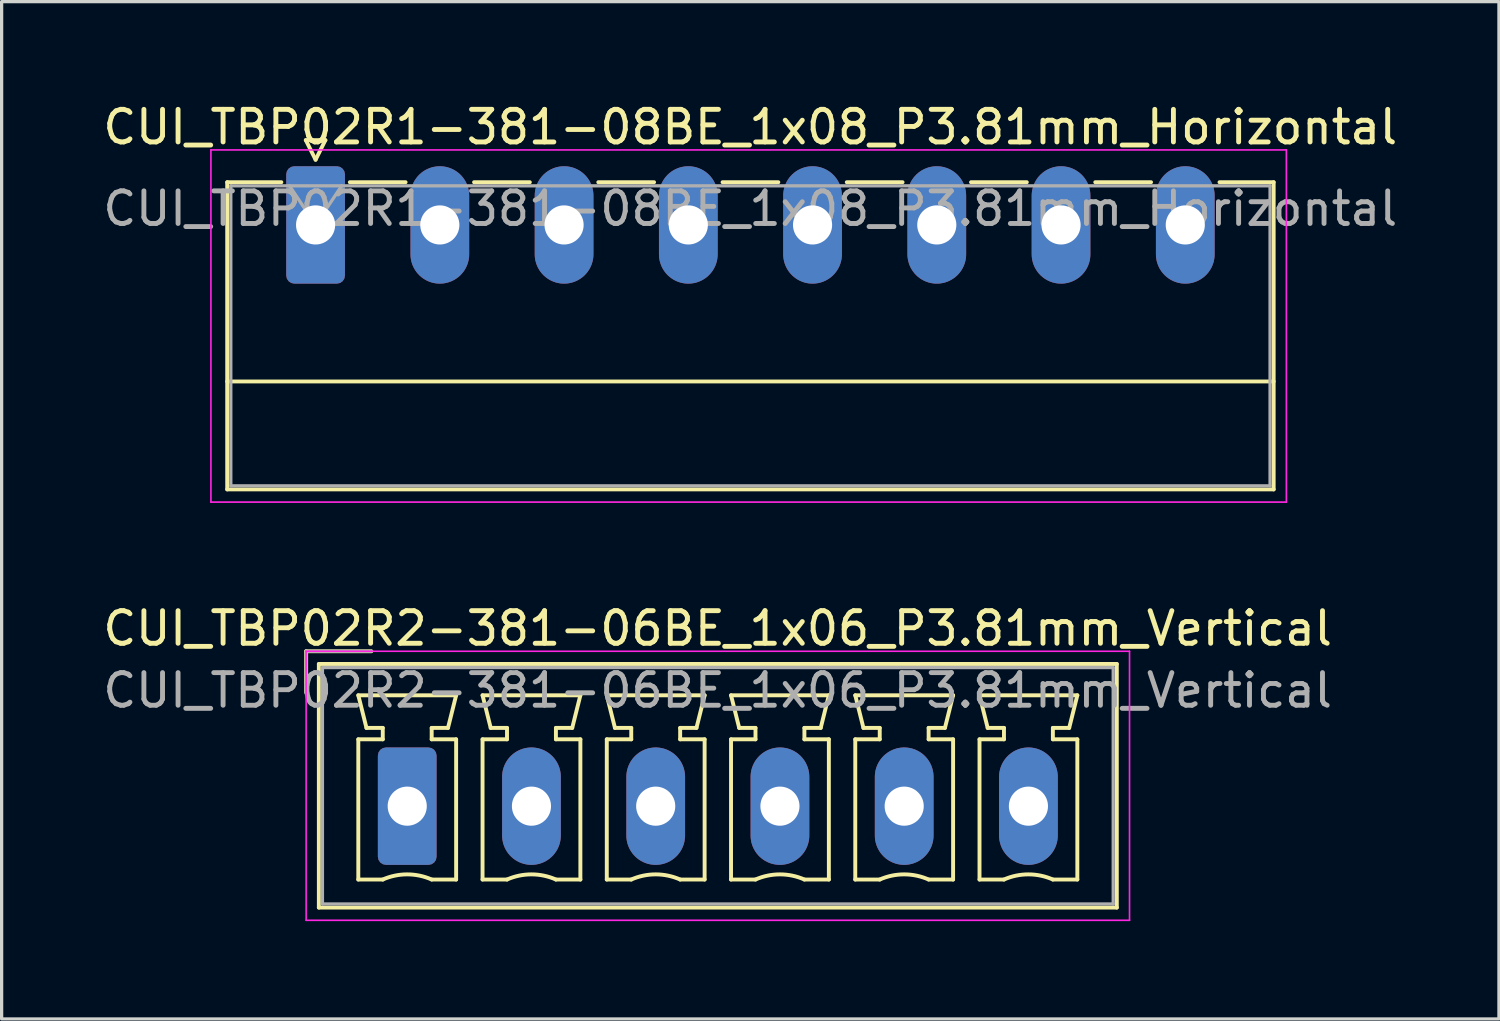
<source format=kicad_pcb>
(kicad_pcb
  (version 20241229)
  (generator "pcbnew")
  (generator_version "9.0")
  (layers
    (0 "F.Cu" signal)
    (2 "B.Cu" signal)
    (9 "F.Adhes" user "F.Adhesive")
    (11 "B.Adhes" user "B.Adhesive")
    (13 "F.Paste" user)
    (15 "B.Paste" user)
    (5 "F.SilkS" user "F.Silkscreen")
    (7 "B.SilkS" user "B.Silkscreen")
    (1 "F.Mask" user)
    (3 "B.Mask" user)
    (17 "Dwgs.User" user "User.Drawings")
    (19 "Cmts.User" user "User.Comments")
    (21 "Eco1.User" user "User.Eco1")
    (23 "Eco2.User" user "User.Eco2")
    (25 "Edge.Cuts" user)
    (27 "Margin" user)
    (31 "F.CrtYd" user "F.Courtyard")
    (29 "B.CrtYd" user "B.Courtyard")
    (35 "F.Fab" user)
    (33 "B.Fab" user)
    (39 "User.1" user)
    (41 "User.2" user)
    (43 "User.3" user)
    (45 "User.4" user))
  (footprint "CUI_TBP02R1-381-08BE_1x08_P3.81mm_Horizontal"
    (layer "F.Cu")
    (at 6.628 3.848)
    (property "Reference" "CUI_TBP02R1-381-08BE_1x08_P3.81mm_Horizontal" (at 13.33 -3 0) (layer "F.SilkS") (effects (font (size 1 1) (thickness 0.15))))
    (attr through_hole)
    (fp_line (start -2.71 -1.31) (end -2.71 8.11) (stroke (width 0.12) (type solid)) (layer "F.SilkS"))
    (fp_line (start -2.71 -1.31) (end -1.05 -1.31) (stroke (width 0.12) (type solid)) (layer "F.SilkS"))
    (fp_line (start -2.71 4.8) (end 29.38 4.8) (stroke (width 0.12) (type solid)) (layer "F.SilkS"))
    (fp_line (start -2.71 8.11) (end 29.38 8.11) (stroke (width 0.12) (type solid)) (layer "F.SilkS"))
    (fp_line (start -0.3 -2.6) (end 0.3 -2.6) (stroke (width 0.12) (type solid)) (layer "F.SilkS"))
    (fp_line (start 0 -2) (end -0.3 -2.6) (stroke (width 0.12) (type solid)) (layer "F.SilkS"))
    (fp_line (start 0.3 -2.6) (end 0 -2) (stroke (width 0.12) (type solid)) (layer "F.SilkS"))
    (fp_line (start 1.05 -1.31) (end 2.76 -1.31) (stroke (width 0.12) (type solid)) (layer "F.SilkS"))
    (fp_line (start 4.86 -1.31) (end 6.57 -1.31) (stroke (width 0.12) (type solid)) (layer "F.SilkS"))
    (fp_line (start 8.67 -1.31) (end 10.38 -1.31) (stroke (width 0.12) (type solid)) (layer "F.SilkS"))
    (fp_line (start 12.48 -1.31) (end 14.19 -1.31) (stroke (width 0.12) (type solid)) (layer "F.SilkS"))
    (fp_line (start 16.29 -1.31) (end 18 -1.31) (stroke (width 0.12) (type solid)) (layer "F.SilkS"))
    (fp_line (start 20.1 -1.31) (end 21.81 -1.31) (stroke (width 0.12) (type solid)) (layer "F.SilkS"))
    (fp_line (start 23.91 -1.31) (end 25.62 -1.31) (stroke (width 0.12) (type solid)) (layer "F.SilkS"))
    (fp_line (start 29.38 -1.31) (end 27.72 -1.31) (stroke (width 0.12) (type solid)) (layer "F.SilkS"))
    (fp_line (start 29.38 8.11) (end 29.38 -1.31) (stroke (width 0.12) (type solid)) (layer "F.SilkS"))
    (fp_line (start -3.21 -2.3) (end -3.21 8.5) (stroke (width 0.05) (type solid)) (layer "F.CrtYd"))
    (fp_line (start -3.21 8.5) (end 29.77 8.5) (stroke (width 0.05) (type solid)) (layer "F.CrtYd"))
    (fp_line (start 29.77 -2.3) (end -3.21 -2.3) (stroke (width 0.05) (type solid)) (layer "F.CrtYd"))
    (fp_line (start 29.77 8.5) (end 29.77 -2.3) (stroke (width 0.05) (type solid)) (layer "F.CrtYd"))
    (fp_line (start -2.6 -1.2) (end -2.6 8) (stroke (width 0.1) (type solid)) (layer "F.Fab"))
    (fp_line (start -2.6 8) (end 29.27 8) (stroke (width 0.1) (type solid)) (layer "F.Fab"))
    (fp_line (start 0 0) (end -0.8 -1.2) (stroke (width 0.1) (type solid)) (layer "F.Fab"))
    (fp_line (start 0.8 -1.2) (end 0 0) (stroke (width 0.1) (type solid)) (layer "F.Fab"))
    (fp_line (start 29.27 -1.2) (end -2.6 -1.2) (stroke (width 0.1) (type solid)) (layer "F.Fab"))
    (fp_line (start 29.27 8) (end 29.27 -1.2) (stroke (width 0.1) (type solid)) (layer "F.Fab"))
    (fp_text user "${REFERENCE}" (at 13.33 -0.5 0) (layer "F.Fab") (effects (font (size 1 1) (thickness 0.15))))
    (pad "1" thru_hole roundrect (at 0 0) (size 1.8 3.6) (drill 1.2) (layers "*.Cu" "*.Mask") (roundrect_rratio 0.139))
    (pad "2" thru_hole oval (at 3.81 0) (size 1.8 3.6) (drill 1.2) (layers "*.Cu" "*.Mask"))
    (pad "3" thru_hole oval (at 7.62 0) (size 1.8 3.6) (drill 1.2) (layers "*.Cu" "*.Mask"))
    (pad "4" thru_hole oval (at 11.43 0) (size 1.8 3.6) (drill 1.2) (layers "*.Cu" "*.Mask"))
    (pad "5" thru_hole oval (at 15.24 0) (size 1.8 3.6) (drill 1.2) (layers "*.Cu" "*.Mask"))
    (pad "6" thru_hole oval (at 19.05 0) (size 1.8 3.6) (drill 1.2) (layers "*.Cu" "*.Mask"))
    (pad "7" thru_hole oval (at 22.86 0) (size 1.8 3.6) (drill 1.2) (layers "*.Cu" "*.Mask"))
    (pad "8" thru_hole oval (at 26.67 0) (size 1.8 3.6) (drill 1.2) (layers "*.Cu" "*.Mask")))
  (footprint "CUI_TBP02R2-381-06BE_1x06_P3.81mm_Vertical"
    (layer "F.Cu")
    (at 9.438 21.672)
    (property "Reference" "CUI_TBP02R2-381-06BE_1x06_P3.81mm_Vertical" (at 9.52 -5.45 0) (layer "F.SilkS") (effects (font (size 1 1) (thickness 0.15))))
    (attr through_hole)
    (fp_line (start -3.1 -4.75) (end -1.1 -4.75) (stroke (width 0.12) (type solid)) (layer "F.SilkS"))
    (fp_line (start -3.1 -3.5) (end -3.1 -4.75) (stroke (width 0.12) (type solid)) (layer "F.SilkS"))
    (fp_line (start -2.71 -4.36) (end -2.71 3.11) (stroke (width 0.12) (type solid)) (layer "F.SilkS"))
    (fp_line (start -2.71 3.11) (end 21.76 3.11) (stroke (width 0.12) (type solid)) (layer "F.SilkS"))
    (fp_line (start -1.5 -3.4) (end 1.5 -3.4) (stroke (width 0.12) (type solid)) (layer "F.SilkS"))
    (fp_line (start -1.5 -2.05) (end -0.75 -2.05) (stroke (width 0.12) (type solid)) (layer "F.SilkS"))
    (fp_line (start -1.5 2.25) (end -1.5 -2.05) (stroke (width 0.12) (type solid)) (layer "F.SilkS"))
    (fp_line (start -1.25 -2.4) (end -1.5 -3.4) (stroke (width 0.12) (type solid)) (layer "F.SilkS"))
    (fp_line (start -0.75 -2.4) (end -1.25 -2.4) (stroke (width 0.12) (type solid)) (layer "F.SilkS"))
    (fp_line (start -0.75 -2.05) (end -0.75 -2.4) (stroke (width 0.12) (type solid)) (layer "F.SilkS"))
    (fp_line (start -0.75 2.25) (end -1.5 2.25) (stroke (width 0.12) (type solid)) (layer "F.SilkS"))
    (fp_line (start 0.75 -2.4) (end 0.75 -2.05) (stroke (width 0.12) (type solid)) (layer "F.SilkS"))
    (fp_line (start 0.75 -2.05) (end 1.5 -2.05) (stroke (width 0.12) (type solid)) (layer "F.SilkS"))
    (fp_line (start 1.25 -2.4) (end 0.75 -2.4) (stroke (width 0.12) (type solid)) (layer "F.SilkS"))
    (fp_line (start 1.5 -3.4) (end 1.25 -2.4) (stroke (width 0.12) (type solid)) (layer "F.SilkS"))
    (fp_line (start 1.5 -2.05) (end 1.5 2.25) (stroke (width 0.12) (type solid)) (layer "F.SilkS"))
    (fp_line (start 1.5 2.25) (end 0.75 2.25) (stroke (width 0.12) (type solid)) (layer "F.SilkS"))
    (fp_line (start 2.31 -3.4) (end 5.31 -3.4) (stroke (width 0.12) (type solid)) (layer "F.SilkS"))
    (fp_line (start 2.31 -2.05) (end 3.06 -2.05) (stroke (width 0.12) (type solid)) (layer "F.SilkS"))
    (fp_line (start 2.31 2.25) (end 2.31 -2.05) (stroke (width 0.12) (type solid)) (layer "F.SilkS"))
    (fp_line (start 2.56 -2.4) (end 2.31 -3.4) (stroke (width 0.12) (type solid)) (layer "F.SilkS"))
    (fp_line (start 3.06 -2.4) (end 2.56 -2.4) (stroke (width 0.12) (type solid)) (layer "F.SilkS"))
    (fp_line (start 3.06 -2.05) (end 3.06 -2.4) (stroke (width 0.12) (type solid)) (layer "F.SilkS"))
    (fp_line (start 3.06 2.25) (end 2.31 2.25) (stroke (width 0.12) (type solid)) (layer "F.SilkS"))
    (fp_line (start 4.56 -2.4) (end 4.56 -2.05) (stroke (width 0.12) (type solid)) (layer "F.SilkS"))
    (fp_line (start 4.56 -2.05) (end 5.31 -2.05) (stroke (width 0.12) (type solid)) (layer "F.SilkS"))
    (fp_line (start 5.06 -2.4) (end 4.56 -2.4) (stroke (width 0.12) (type solid)) (layer "F.SilkS"))
    (fp_line (start 5.31 -3.4) (end 5.06 -2.4) (stroke (width 0.12) (type solid)) (layer "F.SilkS"))
    (fp_line (start 5.31 -2.05) (end 5.31 2.25) (stroke (width 0.12) (type solid)) (layer "F.SilkS"))
    (fp_line (start 5.31 2.25) (end 4.56 2.25) (stroke (width 0.12) (type solid)) (layer "F.SilkS"))
    (fp_line (start 6.12 -3.4) (end 9.12 -3.4) (stroke (width 0.12) (type solid)) (layer "F.SilkS"))
    (fp_line (start 6.12 -2.05) (end 6.87 -2.05) (stroke (width 0.12) (type solid)) (layer "F.SilkS"))
    (fp_line (start 6.12 2.25) (end 6.12 -2.05) (stroke (width 0.12) (type solid)) (layer "F.SilkS"))
    (fp_line (start 6.37 -2.4) (end 6.12 -3.4) (stroke (width 0.12) (type solid)) (layer "F.SilkS"))
    (fp_line (start 6.87 -2.4) (end 6.37 -2.4) (stroke (width 0.12) (type solid)) (layer "F.SilkS"))
    (fp_line (start 6.87 -2.05) (end 6.87 -2.4) (stroke (width 0.12) (type solid)) (layer "F.SilkS"))
    (fp_line (start 6.87 2.25) (end 6.12 2.25) (stroke (width 0.12) (type solid)) (layer "F.SilkS"))
    (fp_line (start 8.37 -2.4) (end 8.37 -2.05) (stroke (width 0.12) (type solid)) (layer "F.SilkS"))
    (fp_line (start 8.37 -2.05) (end 9.12 -2.05) (stroke (width 0.12) (type solid)) (layer "F.SilkS"))
    (fp_line (start 8.87 -2.4) (end 8.37 -2.4) (stroke (width 0.12) (type solid)) (layer "F.SilkS"))
    (fp_line (start 9.12 -3.4) (end 8.87 -2.4) (stroke (width 0.12) (type solid)) (layer "F.SilkS"))
    (fp_line (start 9.12 -2.05) (end 9.12 2.25) (stroke (width 0.12) (type solid)) (layer "F.SilkS"))
    (fp_line (start 9.12 2.25) (end 8.37 2.25) (stroke (width 0.12) (type solid)) (layer "F.SilkS"))
    (fp_line (start 9.93 -3.4) (end 12.93 -3.4) (stroke (width 0.12) (type solid)) (layer "F.SilkS"))
    (fp_line (start 9.93 -2.05) (end 10.68 -2.05) (stroke (width 0.12) (type solid)) (layer "F.SilkS"))
    (fp_line (start 9.93 2.25) (end 9.93 -2.05) (stroke (width 0.12) (type solid)) (layer "F.SilkS"))
    (fp_line (start 10.18 -2.4) (end 9.93 -3.4) (stroke (width 0.12) (type solid)) (layer "F.SilkS"))
    (fp_line (start 10.68 -2.4) (end 10.18 -2.4) (stroke (width 0.12) (type solid)) (layer "F.SilkS"))
    (fp_line (start 10.68 -2.05) (end 10.68 -2.4) (stroke (width 0.12) (type solid)) (layer "F.SilkS"))
    (fp_line (start 10.68 2.25) (end 9.93 2.25) (stroke (width 0.12) (type solid)) (layer "F.SilkS"))
    (fp_line (start 12.18 -2.4) (end 12.18 -2.05) (stroke (width 0.12) (type solid)) (layer "F.SilkS"))
    (fp_line (start 12.18 -2.05) (end 12.93 -2.05) (stroke (width 0.12) (type solid)) (layer "F.SilkS"))
    (fp_line (start 12.68 -2.4) (end 12.18 -2.4) (stroke (width 0.12) (type solid)) (layer "F.SilkS"))
    (fp_line (start 12.93 -3.4) (end 12.68 -2.4) (stroke (width 0.12) (type solid)) (layer "F.SilkS"))
    (fp_line (start 12.93 -2.05) (end 12.93 2.25) (stroke (width 0.12) (type solid)) (layer "F.SilkS"))
    (fp_line (start 12.93 2.25) (end 12.18 2.25) (stroke (width 0.12) (type solid)) (layer "F.SilkS"))
    (fp_line (start 13.74 -3.4) (end 16.74 -3.4) (stroke (width 0.12) (type solid)) (layer "F.SilkS"))
    (fp_line (start 13.74 -2.05) (end 14.49 -2.05) (stroke (width 0.12) (type solid)) (layer "F.SilkS"))
    (fp_line (start 13.74 2.25) (end 13.74 -2.05) (stroke (width 0.12) (type solid)) (layer "F.SilkS"))
    (fp_line (start 13.99 -2.4) (end 13.74 -3.4) (stroke (width 0.12) (type solid)) (layer "F.SilkS"))
    (fp_line (start 14.49 -2.4) (end 13.99 -2.4) (stroke (width 0.12) (type solid)) (layer "F.SilkS"))
    (fp_line (start 14.49 -2.05) (end 14.49 -2.4) (stroke (width 0.12) (type solid)) (layer "F.SilkS"))
    (fp_line (start 14.49 2.25) (end 13.74 2.25) (stroke (width 0.12) (type solid)) (layer "F.SilkS"))
    (fp_line (start 15.99 -2.4) (end 15.99 -2.05) (stroke (width 0.12) (type solid)) (layer "F.SilkS"))
    (fp_line (start 15.99 -2.05) (end 16.74 -2.05) (stroke (width 0.12) (type solid)) (layer "F.SilkS"))
    (fp_line (start 16.49 -2.4) (end 15.99 -2.4) (stroke (width 0.12) (type solid)) (layer "F.SilkS"))
    (fp_line (start 16.74 -3.4) (end 16.49 -2.4) (stroke (width 0.12) (type solid)) (layer "F.SilkS"))
    (fp_line (start 16.74 -2.05) (end 16.74 2.25) (stroke (width 0.12) (type solid)) (layer "F.SilkS"))
    (fp_line (start 16.74 2.25) (end 15.99 2.25) (stroke (width 0.12) (type solid)) (layer "F.SilkS"))
    (fp_line (start 17.55 -3.4) (end 20.55 -3.4) (stroke (width 0.12) (type solid)) (layer "F.SilkS"))
    (fp_line (start 17.55 -2.05) (end 18.3 -2.05) (stroke (width 0.12) (type solid)) (layer "F.SilkS"))
    (fp_line (start 17.55 2.25) (end 17.55 -2.05) (stroke (width 0.12) (type solid)) (layer "F.SilkS"))
    (fp_line (start 17.8 -2.4) (end 17.55 -3.4) (stroke (width 0.12) (type solid)) (layer "F.SilkS"))
    (fp_line (start 18.3 -2.4) (end 17.8 -2.4) (stroke (width 0.12) (type solid)) (layer "F.SilkS"))
    (fp_line (start 18.3 -2.05) (end 18.3 -2.4) (stroke (width 0.12) (type solid)) (layer "F.SilkS"))
    (fp_line (start 18.3 2.25) (end 17.55 2.25) (stroke (width 0.12) (type solid)) (layer "F.SilkS"))
    (fp_line (start 19.8 -2.4) (end 19.8 -2.05) (stroke (width 0.12) (type solid)) (layer "F.SilkS"))
    (fp_line (start 19.8 -2.05) (end 20.55 -2.05) (stroke (width 0.12) (type solid)) (layer "F.SilkS"))
    (fp_line (start 20.3 -2.4) (end 19.8 -2.4) (stroke (width 0.12) (type solid)) (layer "F.SilkS"))
    (fp_line (start 20.55 -3.4) (end 20.3 -2.4) (stroke (width 0.12) (type solid)) (layer "F.SilkS"))
    (fp_line (start 20.55 -2.05) (end 20.55 2.25) (stroke (width 0.12) (type solid)) (layer "F.SilkS"))
    (fp_line (start 20.55 2.25) (end 19.8 2.25) (stroke (width 0.12) (type solid)) (layer "F.SilkS"))
    (fp_line (start 21.76 -4.36) (end -2.71 -4.36) (stroke (width 0.12) (type solid)) (layer "F.SilkS"))
    (fp_line (start 21.76 3.11) (end 21.76 -4.36) (stroke (width 0.12) (type solid)) (layer "F.SilkS"))
    (fp_arc (start -0.75 2.25) (mid -0.000193 2.09191) (end 0.749647 2.249844) (stroke (width 0.12) (type solid)) (layer "F.SilkS"))
    (fp_arc (start 3.06 2.25) (mid 3.809807 2.09191) (end 4.559647 2.249844) (stroke (width 0.12) (type solid)) (layer "F.SilkS"))
    (fp_arc (start 6.87 2.25) (mid 7.619807 2.09191) (end 8.369647 2.249844) (stroke (width 0.12) (type solid)) (layer "F.SilkS"))
    (fp_arc (start 10.68 2.25) (mid 11.429807 2.09191) (end 12.179647 2.249844) (stroke (width 0.12) (type solid)) (layer "F.SilkS"))
    (fp_arc (start 14.49 2.25) (mid 15.239807 2.09191) (end 15.989647 2.249844) (stroke (width 0.12) (type solid)) (layer "F.SilkS"))
    (fp_arc (start 18.3 2.25) (mid 19.049807 2.09191) (end 19.799647 2.249844) (stroke (width 0.12) (type solid)) (layer "F.SilkS"))
    (fp_line (start -3.1 -4.75) (end -3.1 3.5) (stroke (width 0.05) (type solid)) (layer "F.CrtYd"))
    (fp_line (start -3.1 3.5) (end 22.15 3.5) (stroke (width 0.05) (type solid)) (layer "F.CrtYd"))
    (fp_line (start 22.15 -4.75) (end -3.1 -4.75) (stroke (width 0.05) (type solid)) (layer "F.CrtYd"))
    (fp_line (start 22.15 3.5) (end 22.15 -4.75) (stroke (width 0.05) (type solid)) (layer "F.CrtYd"))
    (fp_line (start -3.1 -4.75) (end -1.1 -4.75) (stroke (width 0.1) (type solid)) (layer "F.Fab"))
    (fp_line (start -3.1 -3.5) (end -3.1 -4.75) (stroke (width 0.1) (type solid)) (layer "F.Fab"))
    (fp_line (start -2.6 -4.25) (end -2.6 3) (stroke (width 0.1) (type solid)) (layer "F.Fab"))
    (fp_line (start -2.6 3) (end 21.65 3) (stroke (width 0.1) (type solid)) (layer "F.Fab"))
    (fp_line (start 21.65 -4.25) (end -2.6 -4.25) (stroke (width 0.1) (type solid)) (layer "F.Fab"))
    (fp_line (start 21.65 3) (end 21.65 -4.25) (stroke (width 0.1) (type solid)) (layer "F.Fab"))
    (fp_text user "${REFERENCE}" (at 9.52 -3.55 0) (layer "F.Fab") (effects (font (size 1 1) (thickness 0.15))))
    (pad "1" thru_hole roundrect (at 0 0) (size 1.8 3.6) (drill 1.2) (layers "*.Cu" "*.Mask") (roundrect_rratio 0.139))
    (pad "2" thru_hole oval (at 3.81 0) (size 1.8 3.6) (drill 1.2) (layers "*.Cu" "*.Mask"))
    (pad "3" thru_hole oval (at 7.62 0) (size 1.8 3.6) (drill 1.2) (layers "*.Cu" "*.Mask"))
    (pad "4" thru_hole oval (at 11.43 0) (size 1.8 3.6) (drill 1.2) (layers "*.Cu" "*.Mask"))
    (pad "5" thru_hole oval (at 15.24 0) (size 1.8 3.6) (drill 1.2) (layers "*.Cu" "*.Mask"))
    (pad "6" thru_hole oval (at 19.05 0) (size 1.8 3.6) (drill 1.2) (layers "*.Cu" "*.Mask")))
  (gr_rect
    (start -3 -3)
    (end 42.917 28.197)
    (stroke (width 0.1) (type default))
    (fill no)
    (layer "Edge.Cuts")))
</source>
